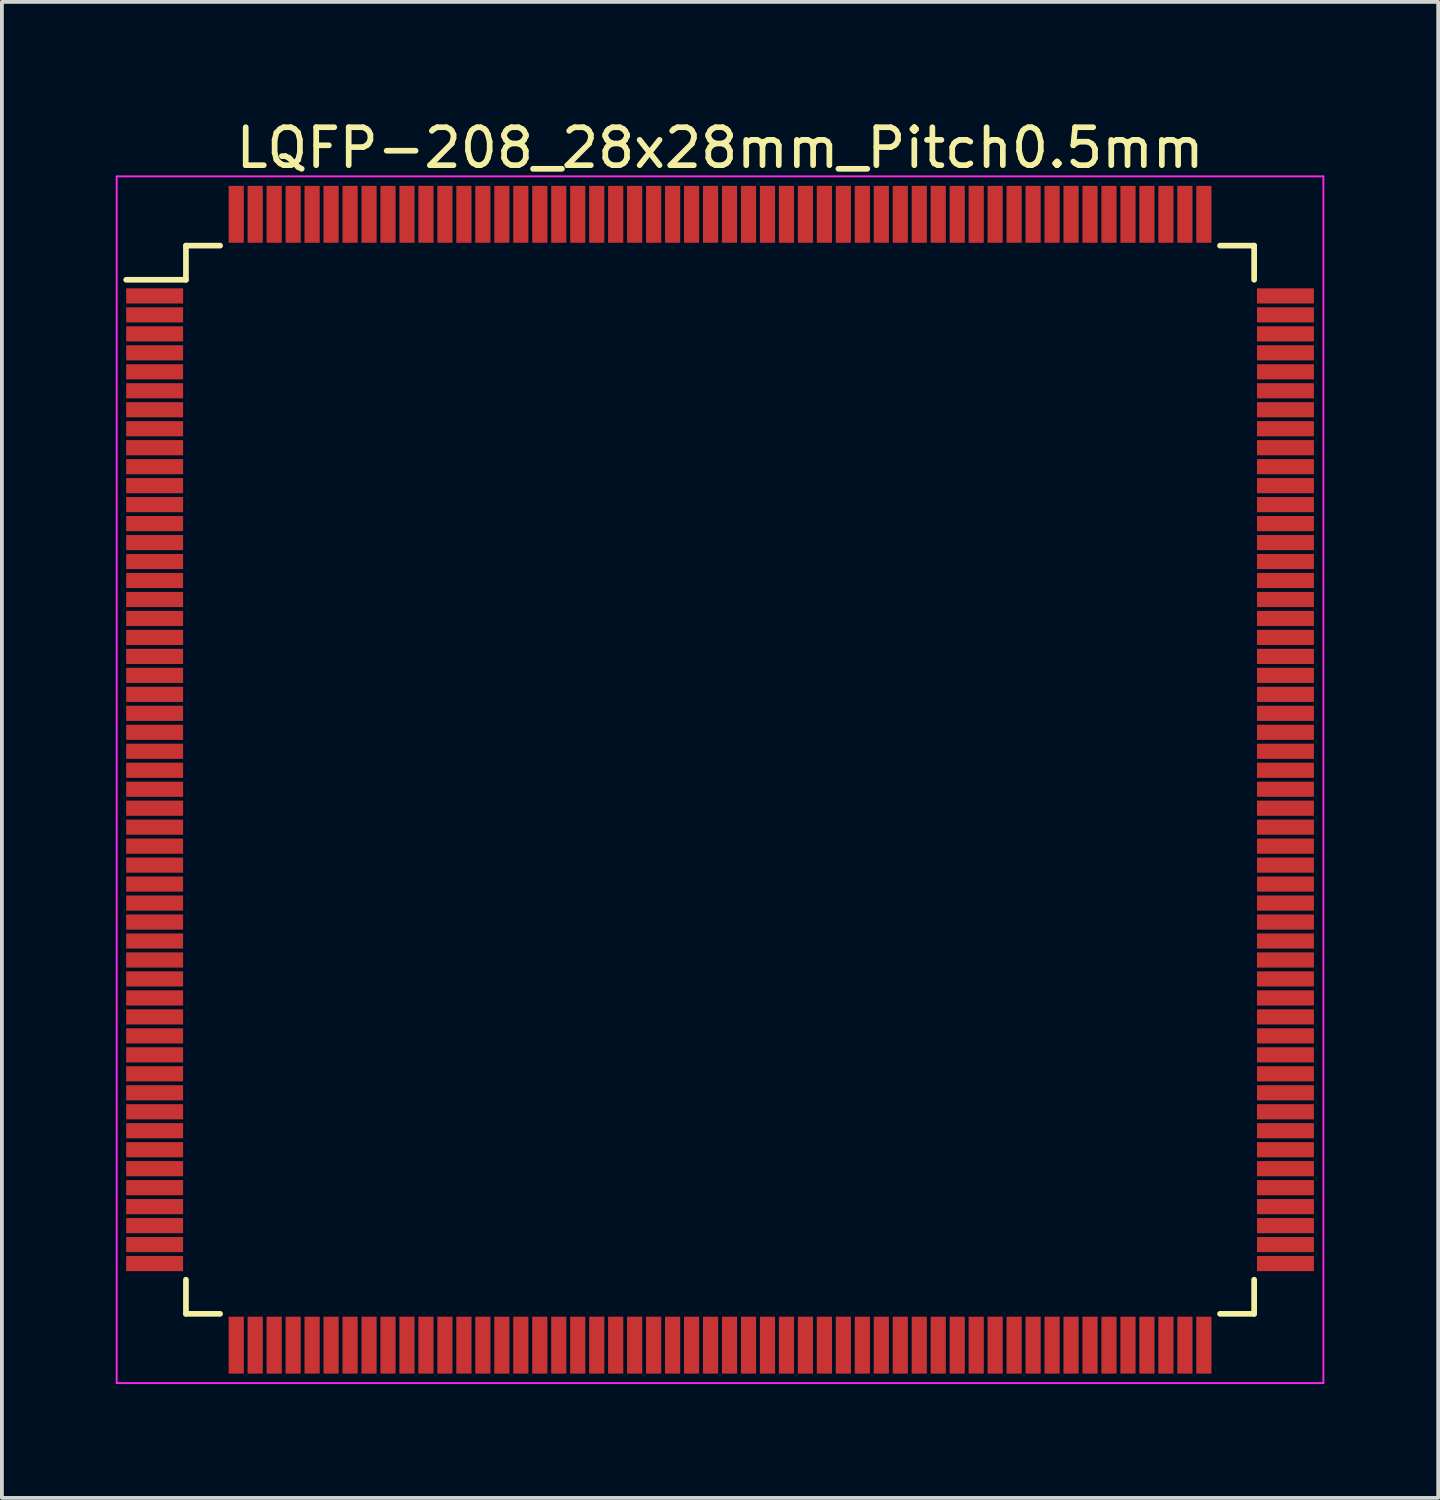
<source format=kicad_pcb>
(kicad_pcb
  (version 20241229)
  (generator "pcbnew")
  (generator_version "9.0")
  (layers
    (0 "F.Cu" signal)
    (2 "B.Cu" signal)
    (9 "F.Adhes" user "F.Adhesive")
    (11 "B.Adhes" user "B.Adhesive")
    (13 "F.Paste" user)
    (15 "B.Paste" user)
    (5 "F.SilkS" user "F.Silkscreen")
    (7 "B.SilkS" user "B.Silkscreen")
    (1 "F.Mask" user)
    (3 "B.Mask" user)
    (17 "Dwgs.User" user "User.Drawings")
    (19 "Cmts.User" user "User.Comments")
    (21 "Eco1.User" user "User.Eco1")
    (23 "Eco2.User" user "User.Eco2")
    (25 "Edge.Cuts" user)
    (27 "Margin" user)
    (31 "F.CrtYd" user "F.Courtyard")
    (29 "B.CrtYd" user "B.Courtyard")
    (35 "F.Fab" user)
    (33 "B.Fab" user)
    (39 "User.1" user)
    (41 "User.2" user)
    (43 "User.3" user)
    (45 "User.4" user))
  (footprint "LQFP-208_28x28mm_Pitch0.5mm"
    (layer "F.Cu")
    (at 15.925 17.498)
    (property "Reference" "LQFP-208_28x28mm_Pitch0.5mm" (at 0 -16.65 0) (layer "F.SilkS") (effects (font (size 1 1) (thickness 0.15))))
    (attr smd)
    (fp_line (start -14.075 -14.075) (end -14.075 -13.175) (stroke (width 0.15) (type solid)) (layer "F.SilkS"))
    (fp_line (start -14.075 -14.075) (end -13.175 -14.075) (stroke (width 0.15) (type solid)) (layer "F.SilkS"))
    (fp_line (start -14.075 -13.175) (end -15.65 -13.175) (stroke (width 0.15) (type solid)) (layer "F.SilkS"))
    (fp_line (start -14.075 14.075) (end -14.075 13.175) (stroke (width 0.15) (type solid)) (layer "F.SilkS"))
    (fp_line (start -14.075 14.075) (end -13.175 14.075) (stroke (width 0.15) (type solid)) (layer "F.SilkS"))
    (fp_line (start 14.075 -14.075) (end 13.175 -14.075) (stroke (width 0.15) (type solid)) (layer "F.SilkS"))
    (fp_line (start 14.075 -14.075) (end 14.075 -13.175) (stroke (width 0.15) (type solid)) (layer "F.SilkS"))
    (fp_line (start 14.075 14.075) (end 13.175 14.075) (stroke (width 0.15) (type solid)) (layer "F.SilkS"))
    (fp_line (start 14.075 14.075) (end 14.075 13.175) (stroke (width 0.15) (type solid)) (layer "F.SilkS"))
    (fp_line (start -15.9 -15.9) (end -15.9 15.9) (stroke (width 0.05) (type solid)) (layer "F.CrtYd"))
    (fp_line (start -15.9 -15.9) (end 15.9 -15.9) (stroke (width 0.05) (type solid)) (layer "F.CrtYd"))
    (fp_line (start -15.9 15.9) (end 15.9 15.9) (stroke (width 0.05) (type solid)) (layer "F.CrtYd"))
    (fp_line (start 15.9 -15.9) (end 15.9 15.9) (stroke (width 0.05) (type solid)) (layer "F.CrtYd"))
    (pad "1" smd rect (at -14.9 -12.75) (size 1.5 0.4) (layers "F.Cu" "F.Mask" "F.Paste"))
    (pad "2" smd rect (at -14.9 -12.25) (size 1.5 0.4) (layers "F.Cu" "F.Mask" "F.Paste"))
    (pad "3" smd rect (at -14.9 -11.75) (size 1.5 0.4) (layers "F.Cu" "F.Mask" "F.Paste"))
    (pad "4" smd rect (at -14.9 -11.25) (size 1.5 0.4) (layers "F.Cu" "F.Mask" "F.Paste"))
    (pad "5" smd rect (at -14.9 -10.75) (size 1.5 0.4) (layers "F.Cu" "F.Mask" "F.Paste"))
    (pad "6" smd rect (at -14.9 -10.25) (size 1.5 0.4) (layers "F.Cu" "F.Mask" "F.Paste"))
    (pad "7" smd rect (at -14.9 -9.75) (size 1.5 0.4) (layers "F.Cu" "F.Mask" "F.Paste"))
    (pad "8" smd rect (at -14.9 -9.25) (size 1.5 0.4) (layers "F.Cu" "F.Mask" "F.Paste"))
    (pad "9" smd rect (at -14.9 -8.75) (size 1.5 0.4) (layers "F.Cu" "F.Mask" "F.Paste"))
    (pad "10" smd rect (at -14.9 -8.25) (size 1.5 0.4) (layers "F.Cu" "F.Mask" "F.Paste"))
    (pad "11" smd rect (at -14.9 -7.75) (size 1.5 0.4) (layers "F.Cu" "F.Mask" "F.Paste"))
    (pad "12" smd rect (at -14.9 -7.25) (size 1.5 0.4) (layers "F.Cu" "F.Mask" "F.Paste"))
    (pad "13" smd rect (at -14.9 -6.75) (size 1.5 0.4) (layers "F.Cu" "F.Mask" "F.Paste"))
    (pad "14" smd rect (at -14.9 -6.25) (size 1.5 0.4) (layers "F.Cu" "F.Mask" "F.Paste"))
    (pad "15" smd rect (at -14.9 -5.75) (size 1.5 0.4) (layers "F.Cu" "F.Mask" "F.Paste"))
    (pad "16" smd rect (at -14.9 -5.25) (size 1.5 0.4) (layers "F.Cu" "F.Mask" "F.Paste"))
    (pad "17" smd rect (at -14.9 -4.75) (size 1.5 0.4) (layers "F.Cu" "F.Mask" "F.Paste"))
    (pad "18" smd rect (at -14.9 -4.25) (size 1.5 0.4) (layers "F.Cu" "F.Mask" "F.Paste"))
    (pad "19" smd rect (at -14.9 -3.75) (size 1.5 0.4) (layers "F.Cu" "F.Mask" "F.Paste"))
    (pad "20" smd rect (at -14.9 -3.25) (size 1.5 0.4) (layers "F.Cu" "F.Mask" "F.Paste"))
    (pad "21" smd rect (at -14.9 -2.75) (size 1.5 0.4) (layers "F.Cu" "F.Mask" "F.Paste"))
    (pad "22" smd rect (at -14.9 -2.25) (size 1.5 0.4) (layers "F.Cu" "F.Mask" "F.Paste"))
    (pad "23" smd rect (at -14.9 -1.75) (size 1.5 0.4) (layers "F.Cu" "F.Mask" "F.Paste"))
    (pad "24" smd rect (at -14.9 -1.25) (size 1.5 0.4) (layers "F.Cu" "F.Mask" "F.Paste"))
    (pad "25" smd rect (at -14.9 -0.75) (size 1.5 0.4) (layers "F.Cu" "F.Mask" "F.Paste"))
    (pad "26" smd rect (at -14.9 -0.25) (size 1.5 0.4) (layers "F.Cu" "F.Mask" "F.Paste"))
    (pad "27" smd rect (at -14.9 0.25) (size 1.5 0.4) (layers "F.Cu" "F.Mask" "F.Paste"))
    (pad "28" smd rect (at -14.9 0.75) (size 1.5 0.4) (layers "F.Cu" "F.Mask" "F.Paste"))
    (pad "29" smd rect (at -14.9 1.25) (size 1.5 0.4) (layers "F.Cu" "F.Mask" "F.Paste"))
    (pad "30" smd rect (at -14.9 1.75) (size 1.5 0.4) (layers "F.Cu" "F.Mask" "F.Paste"))
    (pad "31" smd rect (at -14.9 2.25) (size 1.5 0.4) (layers "F.Cu" "F.Mask" "F.Paste"))
    (pad "32" smd rect (at -14.9 2.75) (size 1.5 0.4) (layers "F.Cu" "F.Mask" "F.Paste"))
    (pad "33" smd rect (at -14.9 3.25) (size 1.5 0.4) (layers "F.Cu" "F.Mask" "F.Paste"))
    (pad "34" smd rect (at -14.9 3.75) (size 1.5 0.4) (layers "F.Cu" "F.Mask" "F.Paste"))
    (pad "35" smd rect (at -14.9 4.25) (size 1.5 0.4) (layers "F.Cu" "F.Mask" "F.Paste"))
    (pad "36" smd rect (at -14.9 4.75) (size 1.5 0.4) (layers "F.Cu" "F.Mask" "F.Paste"))
    (pad "37" smd rect (at -14.9 5.25) (size 1.5 0.4) (layers "F.Cu" "F.Mask" "F.Paste"))
    (pad "38" smd rect (at -14.9 5.75) (size 1.5 0.4) (layers "F.Cu" "F.Mask" "F.Paste"))
    (pad "39" smd rect (at -14.9 6.25) (size 1.5 0.4) (layers "F.Cu" "F.Mask" "F.Paste"))
    (pad "40" smd rect (at -14.9 6.75) (size 1.5 0.4) (layers "F.Cu" "F.Mask" "F.Paste"))
    (pad "41" smd rect (at -14.9 7.25) (size 1.5 0.4) (layers "F.Cu" "F.Mask" "F.Paste"))
    (pad "42" smd rect (at -14.9 7.75) (size 1.5 0.4) (layers "F.Cu" "F.Mask" "F.Paste"))
    (pad "43" smd rect (at -14.9 8.25) (size 1.5 0.4) (layers "F.Cu" "F.Mask" "F.Paste"))
    (pad "44" smd rect (at -14.9 8.75) (size 1.5 0.4) (layers "F.Cu" "F.Mask" "F.Paste"))
    (pad "45" smd rect (at -14.9 9.25) (size 1.5 0.4) (layers "F.Cu" "F.Mask" "F.Paste"))
    (pad "46" smd rect (at -14.9 9.75) (size 1.5 0.4) (layers "F.Cu" "F.Mask" "F.Paste"))
    (pad "47" smd rect (at -14.9 10.25) (size 1.5 0.4) (layers "F.Cu" "F.Mask" "F.Paste"))
    (pad "48" smd rect (at -14.9 10.75) (size 1.5 0.4) (layers "F.Cu" "F.Mask" "F.Paste"))
    (pad "49" smd rect (at -14.9 11.25) (size 1.5 0.4) (layers "F.Cu" "F.Mask" "F.Paste"))
    (pad "50" smd rect (at -14.9 11.75) (size 1.5 0.4) (layers "F.Cu" "F.Mask" "F.Paste"))
    (pad "51" smd rect (at -14.9 12.25) (size 1.5 0.4) (layers "F.Cu" "F.Mask" "F.Paste"))
    (pad "52" smd rect (at -14.9 12.75) (size 1.5 0.4) (layers "F.Cu" "F.Mask" "F.Paste"))
    (pad "53" smd rect (at -12.75 14.9 90) (size 1.5 0.4) (layers "F.Cu" "F.Mask" "F.Paste"))
    (pad "54" smd rect (at -12.25 14.9 90) (size 1.5 0.4) (layers "F.Cu" "F.Mask" "F.Paste"))
    (pad "55" smd rect (at -11.75 14.9 90) (size 1.5 0.4) (layers "F.Cu" "F.Mask" "F.Paste"))
    (pad "56" smd rect (at -11.25 14.9 90) (size 1.5 0.4) (layers "F.Cu" "F.Mask" "F.Paste"))
    (pad "57" smd rect (at -10.75 14.9 90) (size 1.5 0.4) (layers "F.Cu" "F.Mask" "F.Paste"))
    (pad "58" smd rect (at -10.25 14.9 90) (size 1.5 0.4) (layers "F.Cu" "F.Mask" "F.Paste"))
    (pad "59" smd rect (at -9.75 14.9 90) (size 1.5 0.4) (layers "F.Cu" "F.Mask" "F.Paste"))
    (pad "60" smd rect (at -9.25 14.9 90) (size 1.5 0.4) (layers "F.Cu" "F.Mask" "F.Paste"))
    (pad "61" smd rect (at -8.75 14.9 90) (size 1.5 0.4) (layers "F.Cu" "F.Mask" "F.Paste"))
    (pad "62" smd rect (at -8.25 14.9 90) (size 1.5 0.4) (layers "F.Cu" "F.Mask" "F.Paste"))
    (pad "63" smd rect (at -7.75 14.9 90) (size 1.5 0.4) (layers "F.Cu" "F.Mask" "F.Paste"))
    (pad "64" smd rect (at -7.25 14.9 90) (size 1.5 0.4) (layers "F.Cu" "F.Mask" "F.Paste"))
    (pad "65" smd rect (at -6.75 14.9 90) (size 1.5 0.4) (layers "F.Cu" "F.Mask" "F.Paste"))
    (pad "66" smd rect (at -6.25 14.9 90) (size 1.5 0.4) (layers "F.Cu" "F.Mask" "F.Paste"))
    (pad "67" smd rect (at -5.75 14.9 90) (size 1.5 0.4) (layers "F.Cu" "F.Mask" "F.Paste"))
    (pad "68" smd rect (at -5.25 14.9 90) (size 1.5 0.4) (layers "F.Cu" "F.Mask" "F.Paste"))
    (pad "69" smd rect (at -4.75 14.9 90) (size 1.5 0.4) (layers "F.Cu" "F.Mask" "F.Paste"))
    (pad "70" smd rect (at -4.25 14.9 90) (size 1.5 0.4) (layers "F.Cu" "F.Mask" "F.Paste"))
    (pad "71" smd rect (at -3.75 14.9 90) (size 1.5 0.4) (layers "F.Cu" "F.Mask" "F.Paste"))
    (pad "72" smd rect (at -3.25 14.9 90) (size 1.5 0.4) (layers "F.Cu" "F.Mask" "F.Paste"))
    (pad "73" smd rect (at -2.75 14.9 90) (size 1.5 0.4) (layers "F.Cu" "F.Mask" "F.Paste"))
    (pad "74" smd rect (at -2.25 14.9 90) (size 1.5 0.4) (layers "F.Cu" "F.Mask" "F.Paste"))
    (pad "75" smd rect (at -1.75 14.9 90) (size 1.5 0.4) (layers "F.Cu" "F.Mask" "F.Paste"))
    (pad "76" smd rect (at -1.25 14.9 90) (size 1.5 0.4) (layers "F.Cu" "F.Mask" "F.Paste"))
    (pad "77" smd rect (at -0.75 14.9 90) (size 1.5 0.4) (layers "F.Cu" "F.Mask" "F.Paste"))
    (pad "78" smd rect (at -0.25 14.9 90) (size 1.5 0.4) (layers "F.Cu" "F.Mask" "F.Paste"))
    (pad "79" smd rect (at 0.25 14.9 90) (size 1.5 0.4) (layers "F.Cu" "F.Mask" "F.Paste"))
    (pad "80" smd rect (at 0.75 14.9 90) (size 1.5 0.4) (layers "F.Cu" "F.Mask" "F.Paste"))
    (pad "81" smd rect (at 1.25 14.9 90) (size 1.5 0.4) (layers "F.Cu" "F.Mask" "F.Paste"))
    (pad "82" smd rect (at 1.75 14.9 90) (size 1.5 0.4) (layers "F.Cu" "F.Mask" "F.Paste"))
    (pad "83" smd rect (at 2.25 14.9 90) (size 1.5 0.4) (layers "F.Cu" "F.Mask" "F.Paste"))
    (pad "84" smd rect (at 2.75 14.9 90) (size 1.5 0.4) (layers "F.Cu" "F.Mask" "F.Paste"))
    (pad "85" smd rect (at 3.25 14.9 90) (size 1.5 0.4) (layers "F.Cu" "F.Mask" "F.Paste"))
    (pad "86" smd rect (at 3.75 14.9 90) (size 1.5 0.4) (layers "F.Cu" "F.Mask" "F.Paste"))
    (pad "87" smd rect (at 4.25 14.9 90) (size 1.5 0.4) (layers "F.Cu" "F.Mask" "F.Paste"))
    (pad "88" smd rect (at 4.75 14.9 90) (size 1.5 0.4) (layers "F.Cu" "F.Mask" "F.Paste"))
    (pad "89" smd rect (at 5.25 14.9 90) (size 1.5 0.4) (layers "F.Cu" "F.Mask" "F.Paste"))
    (pad "90" smd rect (at 5.75 14.9 90) (size 1.5 0.4) (layers "F.Cu" "F.Mask" "F.Paste"))
    (pad "91" smd rect (at 6.25 14.9 90) (size 1.5 0.4) (layers "F.Cu" "F.Mask" "F.Paste"))
    (pad "92" smd rect (at 6.75 14.9 90) (size 1.5 0.4) (layers "F.Cu" "F.Mask" "F.Paste"))
    (pad "93" smd rect (at 7.25 14.9 90) (size 1.5 0.4) (layers "F.Cu" "F.Mask" "F.Paste"))
    (pad "94" smd rect (at 7.75 14.9 90) (size 1.5 0.4) (layers "F.Cu" "F.Mask" "F.Paste"))
    (pad "95" smd rect (at 8.25 14.9 90) (size 1.5 0.4) (layers "F.Cu" "F.Mask" "F.Paste"))
    (pad "96" smd rect (at 8.75 14.9 90) (size 1.5 0.4) (layers "F.Cu" "F.Mask" "F.Paste"))
    (pad "97" smd rect (at 9.25 14.9 90) (size 1.5 0.4) (layers "F.Cu" "F.Mask" "F.Paste"))
    (pad "98" smd rect (at 9.75 14.9 90) (size 1.5 0.4) (layers "F.Cu" "F.Mask" "F.Paste"))
    (pad "99" smd rect (at 10.25 14.9 90) (size 1.5 0.4) (layers "F.Cu" "F.Mask" "F.Paste"))
    (pad "100" smd rect (at 10.75 14.9 90) (size 1.5 0.4) (layers "F.Cu" "F.Mask" "F.Paste"))
    (pad "101" smd rect (at 11.25 14.9 90) (size 1.5 0.4) (layers "F.Cu" "F.Mask" "F.Paste"))
    (pad "102" smd rect (at 11.75 14.9 90) (size 1.5 0.4) (layers "F.Cu" "F.Mask" "F.Paste"))
    (pad "103" smd rect (at 12.25 14.9 90) (size 1.5 0.4) (layers "F.Cu" "F.Mask" "F.Paste"))
    (pad "104" smd rect (at 12.75 14.9 90) (size 1.5 0.4) (layers "F.Cu" "F.Mask" "F.Paste"))
    (pad "105" smd rect (at 14.9 12.75) (size 1.5 0.4) (layers "F.Cu" "F.Mask" "F.Paste"))
    (pad "106" smd rect (at 14.9 12.25) (size 1.5 0.4) (layers "F.Cu" "F.Mask" "F.Paste"))
    (pad "107" smd rect (at 14.9 11.75) (size 1.5 0.4) (layers "F.Cu" "F.Mask" "F.Paste"))
    (pad "108" smd rect (at 14.9 11.25) (size 1.5 0.4) (layers "F.Cu" "F.Mask" "F.Paste"))
    (pad "109" smd rect (at 14.9 10.75) (size 1.5 0.4) (layers "F.Cu" "F.Mask" "F.Paste"))
    (pad "110" smd rect (at 14.9 10.25) (size 1.5 0.4) (layers "F.Cu" "F.Mask" "F.Paste"))
    (pad "111" smd rect (at 14.9 9.75) (size 1.5 0.4) (layers "F.Cu" "F.Mask" "F.Paste"))
    (pad "112" smd rect (at 14.9 9.25) (size 1.5 0.4) (layers "F.Cu" "F.Mask" "F.Paste"))
    (pad "113" smd rect (at 14.9 8.75) (size 1.5 0.4) (layers "F.Cu" "F.Mask" "F.Paste"))
    (pad "114" smd rect (at 14.9 8.25) (size 1.5 0.4) (layers "F.Cu" "F.Mask" "F.Paste"))
    (pad "115" smd rect (at 14.9 7.75) (size 1.5 0.4) (layers "F.Cu" "F.Mask" "F.Paste"))
    (pad "116" smd rect (at 14.9 7.25) (size 1.5 0.4) (layers "F.Cu" "F.Mask" "F.Paste"))
    (pad "117" smd rect (at 14.9 6.75) (size 1.5 0.4) (layers "F.Cu" "F.Mask" "F.Paste"))
    (pad "118" smd rect (at 14.9 6.25) (size 1.5 0.4) (layers "F.Cu" "F.Mask" "F.Paste"))
    (pad "119" smd rect (at 14.9 5.75) (size 1.5 0.4) (layers "F.Cu" "F.Mask" "F.Paste"))
    (pad "120" smd rect (at 14.9 5.25) (size 1.5 0.4) (layers "F.Cu" "F.Mask" "F.Paste"))
    (pad "121" smd rect (at 14.9 4.75) (size 1.5 0.4) (layers "F.Cu" "F.Mask" "F.Paste"))
    (pad "122" smd rect (at 14.9 4.25) (size 1.5 0.4) (layers "F.Cu" "F.Mask" "F.Paste"))
    (pad "123" smd rect (at 14.9 3.75) (size 1.5 0.4) (layers "F.Cu" "F.Mask" "F.Paste"))
    (pad "124" smd rect (at 14.9 3.25) (size 1.5 0.4) (layers "F.Cu" "F.Mask" "F.Paste"))
    (pad "125" smd rect (at 14.9 2.75) (size 1.5 0.4) (layers "F.Cu" "F.Mask" "F.Paste"))
    (pad "126" smd rect (at 14.9 2.25) (size 1.5 0.4) (layers "F.Cu" "F.Mask" "F.Paste"))
    (pad "127" smd rect (at 14.9 1.75) (size 1.5 0.4) (layers "F.Cu" "F.Mask" "F.Paste"))
    (pad "128" smd rect (at 14.9 1.25) (size 1.5 0.4) (layers "F.Cu" "F.Mask" "F.Paste"))
    (pad "129" smd rect (at 14.9 0.75) (size 1.5 0.4) (layers "F.Cu" "F.Mask" "F.Paste"))
    (pad "130" smd rect (at 14.9 0.25) (size 1.5 0.4) (layers "F.Cu" "F.Mask" "F.Paste"))
    (pad "131" smd rect (at 14.9 -0.25) (size 1.5 0.4) (layers "F.Cu" "F.Mask" "F.Paste"))
    (pad "132" smd rect (at 14.9 -0.75) (size 1.5 0.4) (layers "F.Cu" "F.Mask" "F.Paste"))
    (pad "133" smd rect (at 14.9 -1.25) (size 1.5 0.4) (layers "F.Cu" "F.Mask" "F.Paste"))
    (pad "134" smd rect (at 14.9 -1.75) (size 1.5 0.4) (layers "F.Cu" "F.Mask" "F.Paste"))
    (pad "135" smd rect (at 14.9 -2.25) (size 1.5 0.4) (layers "F.Cu" "F.Mask" "F.Paste"))
    (pad "136" smd rect (at 14.9 -2.75) (size 1.5 0.4) (layers "F.Cu" "F.Mask" "F.Paste"))
    (pad "137" smd rect (at 14.9 -3.25) (size 1.5 0.4) (layers "F.Cu" "F.Mask" "F.Paste"))
    (pad "138" smd rect (at 14.9 -3.75) (size 1.5 0.4) (layers "F.Cu" "F.Mask" "F.Paste"))
    (pad "139" smd rect (at 14.9 -4.25) (size 1.5 0.4) (layers "F.Cu" "F.Mask" "F.Paste"))
    (pad "140" smd rect (at 14.9 -4.75) (size 1.5 0.4) (layers "F.Cu" "F.Mask" "F.Paste"))
    (pad "141" smd rect (at 14.9 -5.25) (size 1.5 0.4) (layers "F.Cu" "F.Mask" "F.Paste"))
    (pad "142" smd rect (at 14.9 -5.75) (size 1.5 0.4) (layers "F.Cu" "F.Mask" "F.Paste"))
    (pad "143" smd rect (at 14.9 -6.25) (size 1.5 0.4) (layers "F.Cu" "F.Mask" "F.Paste"))
    (pad "144" smd rect (at 14.9 -6.75) (size 1.5 0.4) (layers "F.Cu" "F.Mask" "F.Paste"))
    (pad "145" smd rect (at 14.9 -7.25) (size 1.5 0.4) (layers "F.Cu" "F.Mask" "F.Paste"))
    (pad "146" smd rect (at 14.9 -7.75) (size 1.5 0.4) (layers "F.Cu" "F.Mask" "F.Paste"))
    (pad "147" smd rect (at 14.9 -8.25) (size 1.5 0.4) (layers "F.Cu" "F.Mask" "F.Paste"))
    (pad "148" smd rect (at 14.9 -8.75) (size 1.5 0.4) (layers "F.Cu" "F.Mask" "F.Paste"))
    (pad "149" smd rect (at 14.9 -9.25) (size 1.5 0.4) (layers "F.Cu" "F.Mask" "F.Paste"))
    (pad "150" smd rect (at 14.9 -9.75) (size 1.5 0.4) (layers "F.Cu" "F.Mask" "F.Paste"))
    (pad "151" smd rect (at 14.9 -10.25) (size 1.5 0.4) (layers "F.Cu" "F.Mask" "F.Paste"))
    (pad "152" smd rect (at 14.9 -10.75) (size 1.5 0.4) (layers "F.Cu" "F.Mask" "F.Paste"))
    (pad "153" smd rect (at 14.9 -11.25) (size 1.5 0.4) (layers "F.Cu" "F.Mask" "F.Paste"))
    (pad "154" smd rect (at 14.9 -11.75) (size 1.5 0.4) (layers "F.Cu" "F.Mask" "F.Paste"))
    (pad "155" smd rect (at 14.9 -12.25) (size 1.5 0.4) (layers "F.Cu" "F.Mask" "F.Paste"))
    (pad "156" smd rect (at 14.9 -12.75) (size 1.5 0.4) (layers "F.Cu" "F.Mask" "F.Paste"))
    (pad "157" smd rect (at 12.75 -14.9 90) (size 1.5 0.4) (layers "F.Cu" "F.Mask" "F.Paste"))
    (pad "158" smd rect (at 12.25 -14.9 90) (size 1.5 0.4) (layers "F.Cu" "F.Mask" "F.Paste"))
    (pad "159" smd rect (at 11.75 -14.9 90) (size 1.5 0.4) (layers "F.Cu" "F.Mask" "F.Paste"))
    (pad "160" smd rect (at 11.25 -14.9 90) (size 1.5 0.4) (layers "F.Cu" "F.Mask" "F.Paste"))
    (pad "161" smd rect (at 10.75 -14.9 90) (size 1.5 0.4) (layers "F.Cu" "F.Mask" "F.Paste"))
    (pad "162" smd rect (at 10.25 -14.9 90) (size 1.5 0.4) (layers "F.Cu" "F.Mask" "F.Paste"))
    (pad "163" smd rect (at 9.75 -14.9 90) (size 1.5 0.4) (layers "F.Cu" "F.Mask" "F.Paste"))
    (pad "164" smd rect (at 9.25 -14.9 90) (size 1.5 0.4) (layers "F.Cu" "F.Mask" "F.Paste"))
    (pad "165" smd rect (at 8.75 -14.9 90) (size 1.5 0.4) (layers "F.Cu" "F.Mask" "F.Paste"))
    (pad "166" smd rect (at 8.25 -14.9 90) (size 1.5 0.4) (layers "F.Cu" "F.Mask" "F.Paste"))
    (pad "167" smd rect (at 7.75 -14.9 90) (size 1.5 0.4) (layers "F.Cu" "F.Mask" "F.Paste"))
    (pad "168" smd rect (at 7.25 -14.9 90) (size 1.5 0.4) (layers "F.Cu" "F.Mask" "F.Paste"))
    (pad "169" smd rect (at 6.75 -14.9 90) (size 1.5 0.4) (layers "F.Cu" "F.Mask" "F.Paste"))
    (pad "170" smd rect (at 6.25 -14.9 90) (size 1.5 0.4) (layers "F.Cu" "F.Mask" "F.Paste"))
    (pad "171" smd rect (at 5.75 -14.9 90) (size 1.5 0.4) (layers "F.Cu" "F.Mask" "F.Paste"))
    (pad "172" smd rect (at 5.25 -14.9 90) (size 1.5 0.4) (layers "F.Cu" "F.Mask" "F.Paste"))
    (pad "173" smd rect (at 4.75 -14.9 90) (size 1.5 0.4) (layers "F.Cu" "F.Mask" "F.Paste"))
    (pad "174" smd rect (at 4.25 -14.9 90) (size 1.5 0.4) (layers "F.Cu" "F.Mask" "F.Paste"))
    (pad "175" smd rect (at 3.75 -14.9 90) (size 1.5 0.4) (layers "F.Cu" "F.Mask" "F.Paste"))
    (pad "176" smd rect (at 3.25 -14.9 90) (size 1.5 0.4) (layers "F.Cu" "F.Mask" "F.Paste"))
    (pad "177" smd rect (at 2.75 -14.9 90) (size 1.5 0.4) (layers "F.Cu" "F.Mask" "F.Paste"))
    (pad "178" smd rect (at 2.25 -14.9 90) (size 1.5 0.4) (layers "F.Cu" "F.Mask" "F.Paste"))
    (pad "179" smd rect (at 1.75 -14.9 90) (size 1.5 0.4) (layers "F.Cu" "F.Mask" "F.Paste"))
    (pad "180" smd rect (at 1.25 -14.9 90) (size 1.5 0.4) (layers "F.Cu" "F.Mask" "F.Paste"))
    (pad "181" smd rect (at 0.75 -14.9 90) (size 1.5 0.4) (layers "F.Cu" "F.Mask" "F.Paste"))
    (pad "182" smd rect (at 0.25 -14.9 90) (size 1.5 0.4) (layers "F.Cu" "F.Mask" "F.Paste"))
    (pad "183" smd rect (at -0.25 -14.9 90) (size 1.5 0.4) (layers "F.Cu" "F.Mask" "F.Paste"))
    (pad "184" smd rect (at -0.75 -14.9 90) (size 1.5 0.4) (layers "F.Cu" "F.Mask" "F.Paste"))
    (pad "185" smd rect (at -1.25 -14.9 90) (size 1.5 0.4) (layers "F.Cu" "F.Mask" "F.Paste"))
    (pad "186" smd rect (at -1.75 -14.9 90) (size 1.5 0.4) (layers "F.Cu" "F.Mask" "F.Paste"))
    (pad "187" smd rect (at -2.25 -14.9 90) (size 1.5 0.4) (layers "F.Cu" "F.Mask" "F.Paste"))
    (pad "188" smd rect (at -2.75 -14.9 90) (size 1.5 0.4) (layers "F.Cu" "F.Mask" "F.Paste"))
    (pad "189" smd rect (at -3.25 -14.9 90) (size 1.5 0.4) (layers "F.Cu" "F.Mask" "F.Paste"))
    (pad "190" smd rect (at -3.75 -14.9 90) (size 1.5 0.4) (layers "F.Cu" "F.Mask" "F.Paste"))
    (pad "191" smd rect (at -4.25 -14.9 90) (size 1.5 0.4) (layers "F.Cu" "F.Mask" "F.Paste"))
    (pad "192" smd rect (at -4.75 -14.9 90) (size 1.5 0.4) (layers "F.Cu" "F.Mask" "F.Paste"))
    (pad "193" smd rect (at -5.25 -14.9 90) (size 1.5 0.4) (layers "F.Cu" "F.Mask" "F.Paste"))
    (pad "194" smd rect (at -5.75 -14.9 90) (size 1.5 0.4) (layers "F.Cu" "F.Mask" "F.Paste"))
    (pad "195" smd rect (at -6.25 -14.9 90) (size 1.5 0.4) (layers "F.Cu" "F.Mask" "F.Paste"))
    (pad "196" smd rect (at -6.75 -14.9 90) (size 1.5 0.4) (layers "F.Cu" "F.Mask" "F.Paste"))
    (pad "197" smd rect (at -7.25 -14.9 90) (size 1.5 0.4) (layers "F.Cu" "F.Mask" "F.Paste"))
    (pad "198" smd rect (at -7.75 -14.9 90) (size 1.5 0.4) (layers "F.Cu" "F.Mask" "F.Paste"))
    (pad "199" smd rect (at -8.25 -14.9 90) (size 1.5 0.4) (layers "F.Cu" "F.Mask" "F.Paste"))
    (pad "200" smd rect (at -8.75 -14.9 90) (size 1.5 0.4) (layers "F.Cu" "F.Mask" "F.Paste"))
    (pad "201" smd rect (at -9.25 -14.9 90) (size 1.5 0.4) (layers "F.Cu" "F.Mask" "F.Paste"))
    (pad "202" smd rect (at -9.75 -14.9 90) (size 1.5 0.4) (layers "F.Cu" "F.Mask" "F.Paste"))
    (pad "203" smd rect (at -10.25 -14.9 90) (size 1.5 0.4) (layers "F.Cu" "F.Mask" "F.Paste"))
    (pad "204" smd rect (at -10.75 -14.9 90) (size 1.5 0.4) (layers "F.Cu" "F.Mask" "F.Paste"))
    (pad "205" smd rect (at -11.25 -14.9 90) (size 1.5 0.4) (layers "F.Cu" "F.Mask" "F.Paste"))
    (pad "206" smd rect (at -11.75 -14.9 90) (size 1.5 0.4) (layers "F.Cu" "F.Mask" "F.Paste"))
    (pad "207" smd rect (at -12.25 -14.9 90) (size 1.5 0.4) (layers "F.Cu" "F.Mask" "F.Paste"))
    (pad "208" smd rect (at -12.75 -14.9 90) (size 1.5 0.4) (layers "F.Cu" "F.Mask" "F.Paste")))
  (gr_rect
    (start -3 -3)
    (end 34.85 36.423)
    (stroke (width 0.1) (type default))
    (fill no)
    (layer "Edge.Cuts")))
</source>
